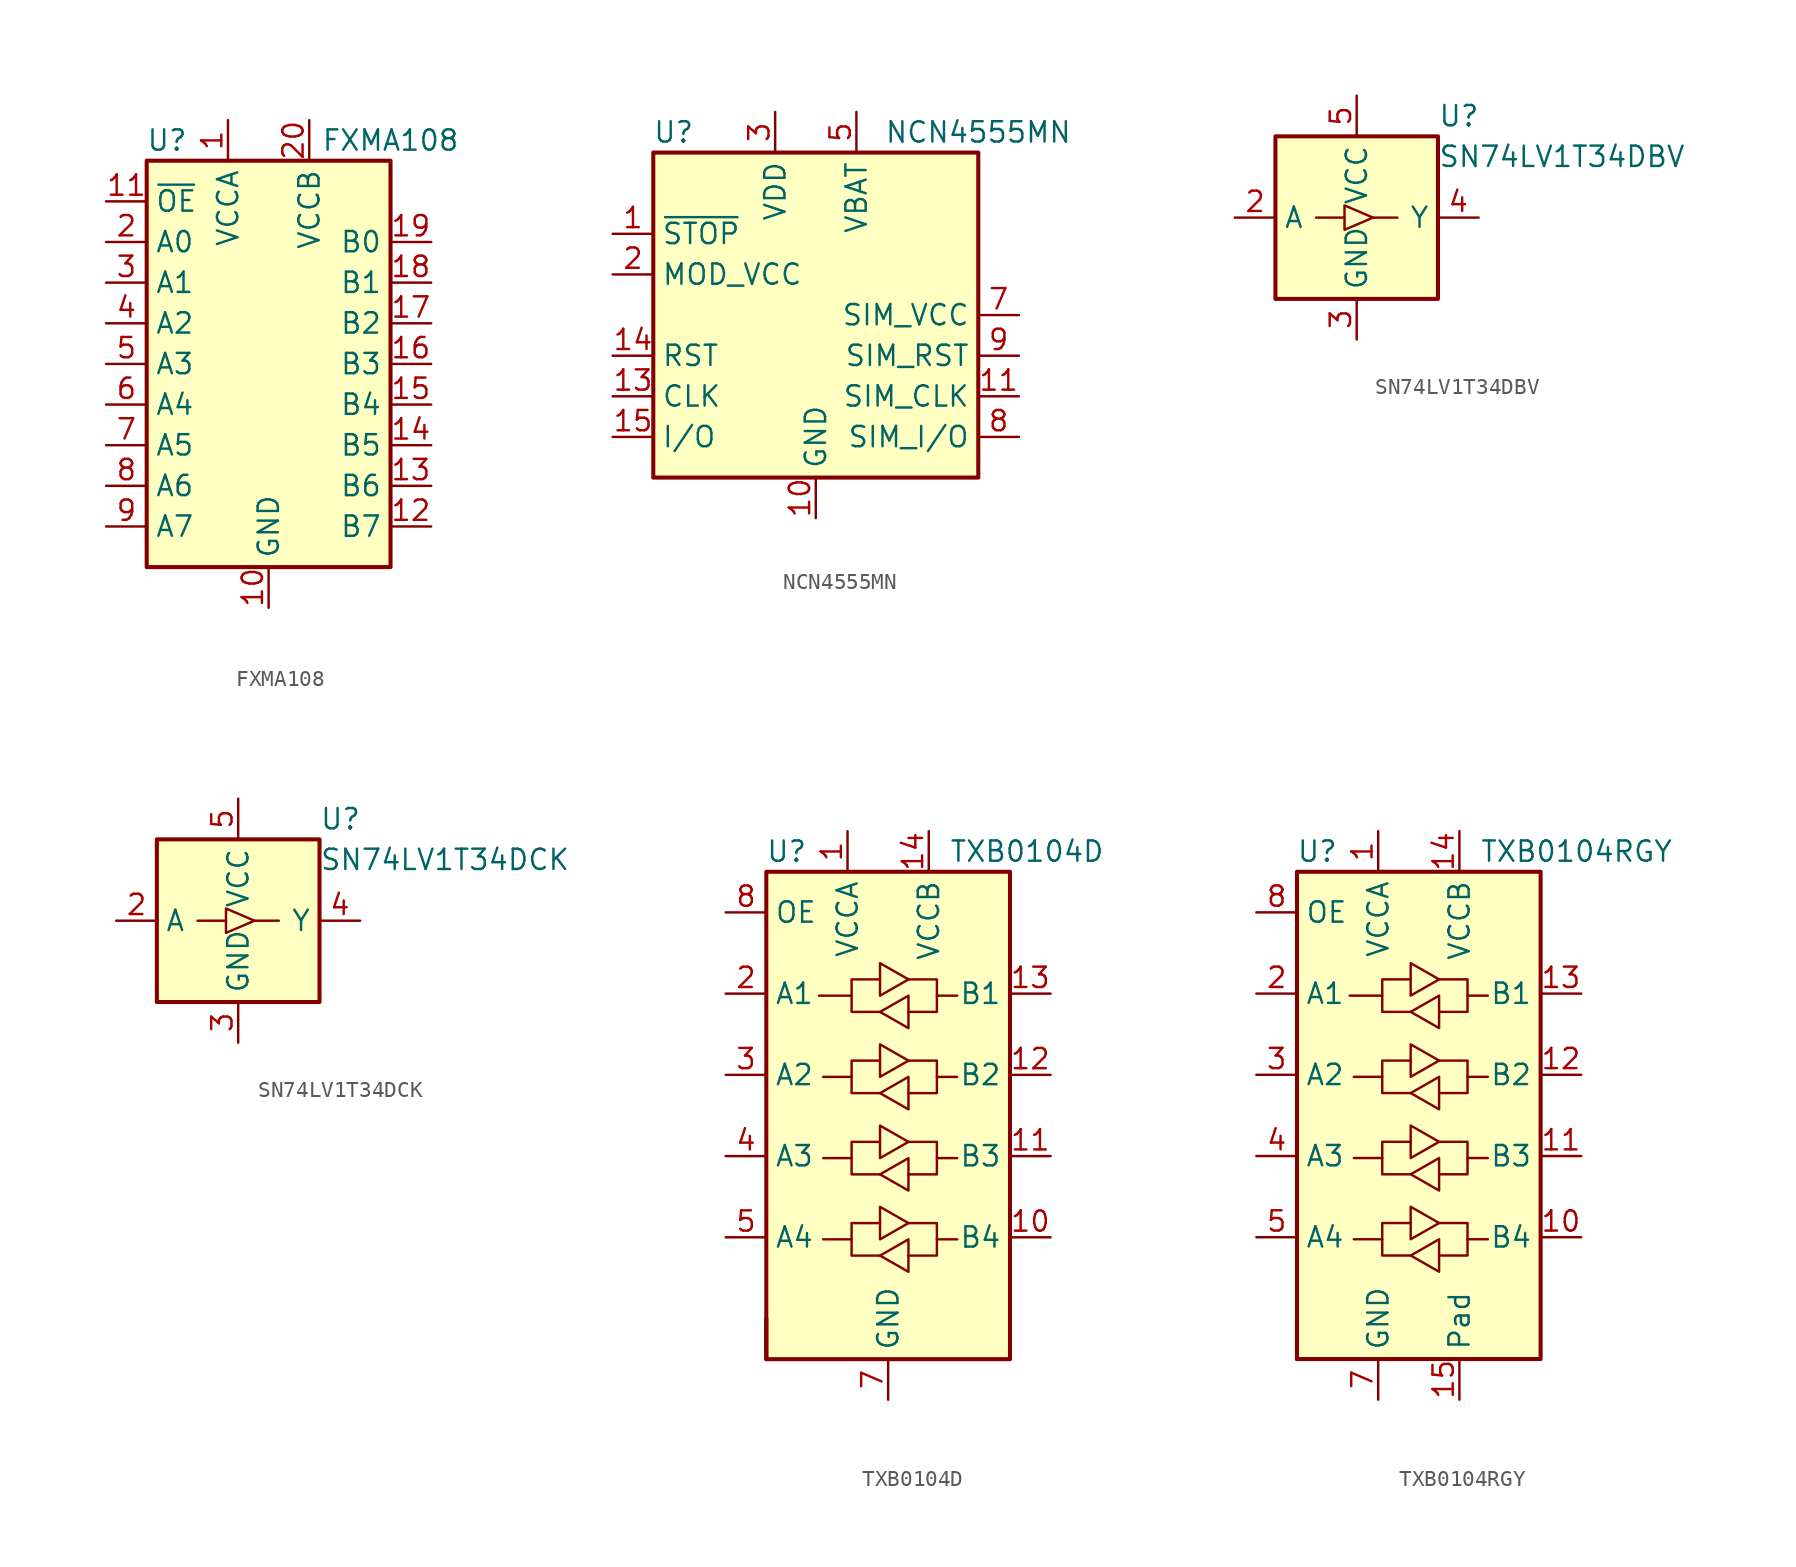
<source format=kicad_sym>
(kicad_symbol_lib
  (version 20200908)
  (generator kicad_symbol_editor)
  (symbol "Logic_LevelTranslator:FXMA108"
    (property "Reference" "U"
      (at -6.35 13.97 0)
      (effects (font (size 1.27 1.27))))
    (property "Value" "FXMA108"
      (at 7.62 13.97 0)
      (effects (font (size 1.27 1.27))))
    (symbol "FXMA108_1_1"
      (rectangle (start -7.62 12.7) (end 7.62 -12.7) (stroke (width 0.254)) (fill (type background)))
      (pin power_in line (at -2.54 15.24 270) (length 2.54) (name "VCCA" (effects (font (size 1.27 1.27)))) (number "1" (effects (font (size 1.27 1.27)))))
      (pin power_in line (at 0 -15.24 90) (length 2.54) (name "GND" (effects (font (size 1.27 1.27)))) (number "10" (effects (font (size 1.27 1.27)))))
      (pin input line (at -10.16 10.16 0) (length 2.54) (name "~OE" (effects (font (size 1.27 1.27)))) (number "11" (effects (font (size 1.27 1.27)))))
      (pin bidirectional line (at 10.16 -10.16 180) (length 2.54) (name "B7" (effects (font (size 1.27 1.27)))) (number "12" (effects (font (size 1.27 1.27)))))
      (pin bidirectional line (at 10.16 -7.62 180) (length 2.54) (name "B6" (effects (font (size 1.27 1.27)))) (number "13" (effects (font (size 1.27 1.27)))))
      (pin bidirectional line (at 10.16 -5.08 180) (length 2.54) (name "B5" (effects (font (size 1.27 1.27)))) (number "14" (effects (font (size 1.27 1.27)))))
      (pin bidirectional line (at 10.16 -2.54 180) (length 2.54) (name "B4" (effects (font (size 1.27 1.27)))) (number "15" (effects (font (size 1.27 1.27)))))
      (pin bidirectional line (at 10.16 0 180) (length 2.54) (name "B3" (effects (font (size 1.27 1.27)))) (number "16" (effects (font (size 1.27 1.27)))))
      (pin bidirectional line (at 10.16 2.54 180) (length 2.54) (name "B2" (effects (font (size 1.27 1.27)))) (number "17" (effects (font (size 1.27 1.27)))))
      (pin bidirectional line (at 10.16 5.08 180) (length 2.54) (name "B1" (effects (font (size 1.27 1.27)))) (number "18" (effects (font (size 1.27 1.27)))))
      (pin bidirectional line (at 10.16 7.62 180) (length 2.54) (name "B0" (effects (font (size 1.27 1.27)))) (number "19" (effects (font (size 1.27 1.27)))))
      (pin bidirectional line (at -10.16 7.62 0) (length 2.54) (name "A0" (effects (font (size 1.27 1.27)))) (number "2" (effects (font (size 1.27 1.27)))))
      (pin power_in line (at 2.54 15.24 270) (length 2.54) (name "VCCB" (effects (font (size 1.27 1.27)))) (number "20" (effects (font (size 1.27 1.27)))))
      (pin unconnected line (at 2.54 -12.7 90) (length 2.54) hide (name "NC" (effects (font (size 1.27 1.27)))) (number "21" (effects (font (size 1.27 1.27)))))
      (pin bidirectional line (at -10.16 5.08 0) (length 2.54) (name "A1" (effects (font (size 1.27 1.27)))) (number "3" (effects (font (size 1.27 1.27)))))
      (pin bidirectional line (at -10.16 2.54 0) (length 2.54) (name "A2" (effects (font (size 1.27 1.27)))) (number "4" (effects (font (size 1.27 1.27)))))
      (pin bidirectional line (at -10.16 0 0) (length 2.54) (name "A3" (effects (font (size 1.27 1.27)))) (number "5" (effects (font (size 1.27 1.27)))))
      (pin bidirectional line (at -10.16 -2.54 0) (length 2.54) (name "A4" (effects (font (size 1.27 1.27)))) (number "6" (effects (font (size 1.27 1.27)))))
      (pin bidirectional line (at -10.16 -5.08 0) (length 2.54) (name "A5" (effects (font (size 1.27 1.27)))) (number "7" (effects (font (size 1.27 1.27)))))
      (pin bidirectional line (at -10.16 -7.62 0) (length 2.54) (name "A6" (effects (font (size 1.27 1.27)))) (number "8" (effects (font (size 1.27 1.27)))))
      (pin bidirectional line (at -10.16 -10.16 0) (length 2.54) (name "A7" (effects (font (size 1.27 1.27)))) (number "9" (effects (font (size 1.27 1.27)))))))
  (symbol "Logic_LevelTranslator:NCN4555MN"
    (property "Reference" "U"
      (at -8.89 11.43 0)
      (effects (font (size 1.27 1.27))))
    (property "Value" "NCN4555MN"
      (at 10.16 11.43 0)
      (effects (font (size 1.27 1.27))))
    (symbol "NCN4555MN_0_1"
      (rectangle (start -10.16 10.16) (end 10.16 -10.16) (stroke (width 0.254)) (fill (type background))))
    (symbol "NCN4555MN_1_1"
      (pin input line (at -12.7 5.08 0) (length 2.54) (name "~STOP" (effects (font (size 1.27 1.27)))) (number "1" (effects (font (size 1.27 1.27)))))
      (pin power_in line (at 0 -12.7 90) (length 2.54) (name "GND" (effects (font (size 1.27 1.27)))) (number "10" (effects (font (size 1.27 1.27)))))
      (pin output line (at 12.7 -5.08 180) (length 2.54) (name "SIM_CLK" (effects (font (size 1.27 1.27)))) (number "11" (effects (font (size 1.27 1.27)))))
      (pin unconnected line (at 10.16 5.08 180) (length 2.54) hide (name "NC" (effects (font (size 1.27 1.27)))) (number "12" (effects (font (size 1.27 1.27)))))
      (pin input line (at -12.7 -5.08 0) (length 2.54) (name "CLK" (effects (font (size 1.27 1.27)))) (number "13" (effects (font (size 1.27 1.27)))))
      (pin input line (at -12.7 -2.54 0) (length 2.54) (name "RST" (effects (font (size 1.27 1.27)))) (number "14" (effects (font (size 1.27 1.27)))))
      (pin bidirectional line (at -12.7 -7.62 0) (length 2.54) (name "I/O" (effects (font (size 1.27 1.27)))) (number "15" (effects (font (size 1.27 1.27)))))
      (pin unconnected line (at 10.16 2.54 180) (length 2.54) hide (name "NC" (effects (font (size 1.27 1.27)))) (number "16" (effects (font (size 1.27 1.27)))))
      (pin passive line (at 0 -12.7 90) (length 2.54) hide (name "GND" (effects (font (size 1.27 1.27)))) (number "17" (effects (font (size 1.27 1.27)))))
      (pin input line (at -12.7 2.54 0) (length 2.54) (name "MOD_VCC" (effects (font (size 1.27 1.27)))) (number "2" (effects (font (size 1.27 1.27)))))
      (pin power_in line (at -2.54 12.7 270) (length 2.54) (name "VDD" (effects (font (size 1.27 1.27)))) (number "3" (effects (font (size 1.27 1.27)))))
      (pin unconnected line (at -10.16 7.62 0) (length 2.54) hide (name "NC" (effects (font (size 1.27 1.27)))) (number "4" (effects (font (size 1.27 1.27)))))
      (pin power_in line (at 2.54 12.7 270) (length 2.54) (name "VBAT" (effects (font (size 1.27 1.27)))) (number "5" (effects (font (size 1.27 1.27)))))
      (pin unconnected line (at 10.16 7.62 180) (length 2.54) hide (name "NC" (effects (font (size 1.27 1.27)))) (number "6" (effects (font (size 1.27 1.27)))))
      (pin power_out line (at 12.7 0 180) (length 2.54) (name "SIM_VCC" (effects (font (size 1.27 1.27)))) (number "7" (effects (font (size 1.27 1.27)))))
      (pin bidirectional line (at 12.7 -7.62 180) (length 2.54) (name "SIM_I/O" (effects (font (size 1.27 1.27)))) (number "8" (effects (font (size 1.27 1.27)))))
      (pin output line (at 12.7 -2.54 180) (length 2.54) (name "SIM_RST" (effects (font (size 1.27 1.27)))) (number "9" (effects (font (size 1.27 1.27)))))))
  (symbol "Logic_LevelTranslator:SN74LV1T34DBV"
    (property "Reference" "U"
      (at 5.08 6.35 0)
      (effects (font (size 1.27 1.27)) (justify left)))
    (property "Value" "SN74LV1T34DBV"
      (at 5.08 3.81 0)
      (effects (font (size 1.27 1.27)) (justify left)))
    (symbol "SN74LV1T34DBV_0_1"
      (rectangle (start -5.08 5.08) (end 5.08 -5.08) (stroke (width 0.254)) (fill (type background)))
      (polyline (pts (xy -0.762 0) (xy -2.54 0)) (stroke (width 0)) (fill (type none)))
      (polyline (pts (xy 1.016 0) (xy 2.54 0)) (stroke (width 0)) (fill (type none))))
    (symbol "SN74LV1T34DBV_1_1"
      (polyline (pts (xy -0.762 -0.762) (xy -0.762 0.762) (xy 1.016 0) (xy -0.762 -0.762)) (stroke (width 0)) (fill (type none)))
      (pin unconnected line (at -5.08 2.54 0) (length 2.54) hide (name "NC" (effects (font (size 1.27 1.27)))) (number "1" (effects (font (size 1.27 1.27)))))
      (pin input line (at -7.62 0 0) (length 2.54) (name "A" (effects (font (size 1.27 1.27)))) (number "2" (effects (font (size 1.27 1.27)))))
      (pin power_in line (at 0 -7.62 90) (length 2.54) (name "GND" (effects (font (size 1.27 1.27)))) (number "3" (effects (font (size 1.27 1.27)))))
      (pin output line (at 7.62 0 180) (length 2.54) (name "Y" (effects (font (size 1.27 1.27)))) (number "4" (effects (font (size 1.27 1.27)))))
      (pin power_in line (at 0 7.62 270) (length 2.54) (name "VCC" (effects (font (size 1.27 1.27)))) (number "5" (effects (font (size 1.27 1.27)))))))
  (symbol "Logic_LevelTranslator:SN74LV1T34DCK"
    (property "Reference" "U"
      (at 5.08 6.35 0)
      (effects (font (size 1.27 1.27)) (justify left)))
    (property "Value" "SN74LV1T34DCK"
      (at 5.08 3.81 0)
      (effects (font (size 1.27 1.27)) (justify left)))
    (symbol "SN74LV1T34DCK_0_1"
      (rectangle (start -5.08 5.08) (end 5.08 -5.08) (stroke (width 0.254)) (fill (type background)))
      (polyline (pts (xy -0.762 0) (xy -2.54 0)) (stroke (width 0)) (fill (type none)))
      (polyline (pts (xy 1.016 0) (xy 2.54 0)) (stroke (width 0)) (fill (type none))))
    (symbol "SN74LV1T34DCK_1_1"
      (polyline (pts (xy -0.762 -0.762) (xy -0.762 0.762) (xy 1.016 0) (xy -0.762 -0.762)) (stroke (width 0)) (fill (type none)))
      (pin unconnected line (at -5.08 2.54 0) (length 2.54) hide (name "NC" (effects (font (size 1.27 1.27)))) (number "1" (effects (font (size 1.27 1.27)))))
      (pin input line (at -7.62 0 0) (length 2.54) (name "A" (effects (font (size 1.27 1.27)))) (number "2" (effects (font (size 1.27 1.27)))))
      (pin power_in line (at 0 -7.62 90) (length 2.54) (name "GND" (effects (font (size 1.27 1.27)))) (number "3" (effects (font (size 1.27 1.27)))))
      (pin output line (at 7.62 0 180) (length 2.54) (name "Y" (effects (font (size 1.27 1.27)))) (number "4" (effects (font (size 1.27 1.27)))))
      (pin power_in line (at 0 7.62 270) (length 2.54) (name "VCC" (effects (font (size 1.27 1.27)))) (number "5" (effects (font (size 1.27 1.27)))))))
  (symbol "Logic_LevelTranslator:TXB0104D"
    (property "Reference" "U"
      (at -6.35 16.51 0)
      (effects (font (size 1.27 1.27))))
    (property "Value" "TXB0104D"
      (at 3.81 16.51 0)
      (effects (font (size 1.27 1.27)) (justify left)))
    (symbol "TXB0104D_0_1"
      (rectangle (start -7.62 -15.24) (end -7.62 -12.7) (stroke (width 0.254)) (fill (type none)))
      (rectangle (start -7.62 15.24) (end 7.62 -15.24) (stroke (width 0.254)) (fill (type background)))
      (polyline (pts (xy -2.286 -7.747) (xy -2.286 -6.731) (xy -0.508 -6.731)) (stroke (width 0)) (fill (type none)))
      (polyline (pts (xy -2.286 -2.667) (xy -2.286 -1.651) (xy -0.508 -1.651)) (stroke (width 0)) (fill (type none)))
      (polyline (pts (xy -2.286 2.413) (xy -2.286 3.429) (xy -0.508 3.429)) (stroke (width 0)) (fill (type none)))
      (polyline (pts (xy -2.286 7.493) (xy -2.286 8.509) (xy -0.508 8.509)) (stroke (width 0)) (fill (type none)))
      (polyline (pts (xy 3.048 -7.747) (xy 3.048 -8.763) (xy 1.27 -8.763)) (stroke (width 0)) (fill (type none)))
      (polyline (pts (xy 3.048 -2.667) (xy 3.048 -3.683) (xy 1.27 -3.683)) (stroke (width 0)) (fill (type none)))
      (polyline (pts (xy 3.048 2.413) (xy 3.048 1.397) (xy 1.27 1.397)) (stroke (width 0)) (fill (type none)))
      (polyline (pts (xy 3.048 7.493) (xy 3.048 6.477) (xy 1.27 6.477)) (stroke (width 0)) (fill (type none)))
      (polyline (pts (xy -0.508 -8.763) (xy -2.286 -8.763) (xy -2.286 -7.747) (xy -4.064 -7.747)) (stroke (width 0)) (fill (type none)))
      (polyline (pts (xy -0.508 -8.763) (xy 1.27 -7.747) (xy 1.27 -9.779) (xy -0.508 -8.763)) (stroke (width 0)) (fill (type none)))
      (polyline (pts (xy -0.508 -3.683) (xy -2.286 -3.683) (xy -2.286 -2.667) (xy -4.064 -2.667)) (stroke (width 0)) (fill (type none)))
      (polyline (pts (xy -0.508 -3.683) (xy 1.27 -2.667) (xy 1.27 -4.699) (xy -0.508 -3.683)) (stroke (width 0)) (fill (type none)))
      (polyline (pts (xy -0.508 1.397) (xy -2.286 1.397) (xy -2.286 2.413) (xy -4.064 2.413)) (stroke (width 0)) (fill (type none)))
      (polyline (pts (xy -0.508 1.397) (xy 1.27 2.413) (xy 1.27 0.381) (xy -0.508 1.397)) (stroke (width 0)) (fill (type none)))
      (polyline (pts (xy -0.508 6.477) (xy -2.286 6.477) (xy -2.286 7.493) (xy -4.318 7.493)) (stroke (width 0)) (fill (type none)))
      (polyline (pts (xy -0.508 6.477) (xy 1.27 7.493) (xy 1.27 5.461) (xy -0.508 6.477)) (stroke (width 0)) (fill (type none)))
      (polyline (pts (xy 1.27 -6.731) (xy -0.508 -7.747) (xy -0.508 -5.715) (xy 1.27 -6.731)) (stroke (width 0)) (fill (type none)))
      (polyline (pts (xy 1.27 -6.731) (xy 3.048 -6.731) (xy 3.048 -7.747) (xy 4.318 -7.747)) (stroke (width 0)) (fill (type none)))
      (polyline (pts (xy 1.27 -1.651) (xy -0.508 -2.667) (xy -0.508 -0.635) (xy 1.27 -1.651)) (stroke (width 0)) (fill (type none)))
      (polyline (pts (xy 1.27 -1.651) (xy 3.048 -1.651) (xy 3.048 -2.667) (xy 4.318 -2.667)) (stroke (width 0)) (fill (type none)))
      (polyline (pts (xy 1.27 3.429) (xy -0.508 2.413) (xy -0.508 4.445) (xy 1.27 3.429)) (stroke (width 0)) (fill (type none)))
      (polyline (pts (xy 1.27 3.429) (xy 3.048 3.429) (xy 3.048 2.413) (xy 4.318 2.413)) (stroke (width 0)) (fill (type none)))
      (polyline (pts (xy 1.27 8.509) (xy -0.508 7.493) (xy -0.508 9.525) (xy 1.27 8.509)) (stroke (width 0)) (fill (type none)))
      (polyline (pts (xy 1.27 8.509) (xy 3.048 8.509) (xy 3.048 7.493) (xy 4.318 7.493)) (stroke (width 0)) (fill (type none))))
    (symbol "TXB0104D_1_1"
      (pin power_in line (at -2.54 17.78 270) (length 2.54) (name "VCCA" (effects (font (size 1.27 1.27)))) (number "1" (effects (font (size 1.27 1.27)))))
      (pin bidirectional line (at 10.16 -7.62 180) (length 2.54) (name "B4" (effects (font (size 1.27 1.27)))) (number "10" (effects (font (size 1.27 1.27)))))
      (pin bidirectional line (at 10.16 -2.54 180) (length 2.54) (name "B3" (effects (font (size 1.27 1.27)))) (number "11" (effects (font (size 1.27 1.27)))))
      (pin bidirectional line (at 10.16 2.54 180) (length 2.54) (name "B2" (effects (font (size 1.27 1.27)))) (number "12" (effects (font (size 1.27 1.27)))))
      (pin bidirectional line (at 10.16 7.62 180) (length 2.54) (name "B1" (effects (font (size 1.27 1.27)))) (number "13" (effects (font (size 1.27 1.27)))))
      (pin power_in line (at 2.54 17.78 270) (length 2.54) (name "VCCB" (effects (font (size 1.27 1.27)))) (number "14" (effects (font (size 1.27 1.27)))))
      (pin bidirectional line (at -10.16 7.62 0) (length 2.54) (name "A1" (effects (font (size 1.27 1.27)))) (number "2" (effects (font (size 1.27 1.27)))))
      (pin bidirectional line (at -10.16 2.54 0) (length 2.54) (name "A2" (effects (font (size 1.27 1.27)))) (number "3" (effects (font (size 1.27 1.27)))))
      (pin bidirectional line (at -10.16 -2.54 0) (length 2.54) (name "A3" (effects (font (size 1.27 1.27)))) (number "4" (effects (font (size 1.27 1.27)))))
      (pin bidirectional line (at -10.16 -7.62 0) (length 2.54) (name "A4" (effects (font (size 1.27 1.27)))) (number "5" (effects (font (size 1.27 1.27)))))
      (pin unconnected line (at -10.16 -12.7 0) (length 2.54) hide (name "NC" (effects (font (size 1.27 1.27)))) (number "6" (effects (font (size 1.27 1.27)))))
      (pin power_in line (at 0 -17.78 90) (length 2.54) (name "GND" (effects (font (size 1.27 1.27)))) (number "7" (effects (font (size 1.27 1.27)))))
      (pin input line (at -10.16 12.7 0) (length 2.54) (name "OE" (effects (font (size 1.27 1.27)))) (number "8" (effects (font (size 1.27 1.27)))))
      (pin unconnected line (at 10.16 -12.7 180) (length 2.54) hide (name "NC" (effects (font (size 1.27 1.27)))) (number "9" (effects (font (size 1.27 1.27)))))))
  (symbol "Logic_LevelTranslator:TXB0104RGY"
    (property "Reference" "U"
      (at -6.35 16.51 0)
      (effects (font (size 1.27 1.27))))
    (property "Value" "TXB0104RGY"
      (at 3.81 16.51 0)
      (effects (font (size 1.27 1.27)) (justify left)))
    (symbol "TXB0104RGY_0_1"
      (rectangle (start -7.62 -15.24) (end -7.62 -12.7) (stroke (width 0.254)) (fill (type none)))
      (rectangle (start -7.62 15.24) (end 7.62 -15.24) (stroke (width 0.254)) (fill (type background)))
      (polyline (pts (xy -2.286 -7.747) (xy -2.286 -6.731) (xy -0.508 -6.731)) (stroke (width 0)) (fill (type none)))
      (polyline (pts (xy -2.286 -2.667) (xy -2.286 -1.651) (xy -0.508 -1.651)) (stroke (width 0)) (fill (type none)))
      (polyline (pts (xy -2.286 2.413) (xy -2.286 3.429) (xy -0.508 3.429)) (stroke (width 0)) (fill (type none)))
      (polyline (pts (xy -2.286 7.493) (xy -2.286 8.509) (xy -0.508 8.509)) (stroke (width 0)) (fill (type none)))
      (polyline (pts (xy 3.048 -7.747) (xy 3.048 -8.763) (xy 1.27 -8.763)) (stroke (width 0)) (fill (type none)))
      (polyline (pts (xy 3.048 -2.667) (xy 3.048 -3.683) (xy 1.27 -3.683)) (stroke (width 0)) (fill (type none)))
      (polyline (pts (xy 3.048 2.413) (xy 3.048 1.397) (xy 1.27 1.397)) (stroke (width 0)) (fill (type none)))
      (polyline (pts (xy 3.048 7.493) (xy 3.048 6.477) (xy 1.27 6.477)) (stroke (width 0)) (fill (type none)))
      (polyline (pts (xy -0.508 -8.763) (xy -2.286 -8.763) (xy -2.286 -7.747) (xy -4.064 -7.747)) (stroke (width 0)) (fill (type none)))
      (polyline (pts (xy -0.508 -8.763) (xy 1.27 -7.747) (xy 1.27 -9.779) (xy -0.508 -8.763)) (stroke (width 0)) (fill (type none)))
      (polyline (pts (xy -0.508 -3.683) (xy -2.286 -3.683) (xy -2.286 -2.667) (xy -4.064 -2.667)) (stroke (width 0)) (fill (type none)))
      (polyline (pts (xy -0.508 -3.683) (xy 1.27 -2.667) (xy 1.27 -4.699) (xy -0.508 -3.683)) (stroke (width 0)) (fill (type none)))
      (polyline (pts (xy -0.508 1.397) (xy -2.286 1.397) (xy -2.286 2.413) (xy -4.064 2.413)) (stroke (width 0)) (fill (type none)))
      (polyline (pts (xy -0.508 1.397) (xy 1.27 2.413) (xy 1.27 0.381) (xy -0.508 1.397)) (stroke (width 0)) (fill (type none)))
      (polyline (pts (xy -0.508 6.477) (xy -2.286 6.477) (xy -2.286 7.493) (xy -4.318 7.493)) (stroke (width 0)) (fill (type none)))
      (polyline (pts (xy -0.508 6.477) (xy 1.27 7.493) (xy 1.27 5.461) (xy -0.508 6.477)) (stroke (width 0)) (fill (type none)))
      (polyline (pts (xy 1.27 -6.731) (xy -0.508 -7.747) (xy -0.508 -5.715) (xy 1.27 -6.731)) (stroke (width 0)) (fill (type none)))
      (polyline (pts (xy 1.27 -6.731) (xy 3.048 -6.731) (xy 3.048 -7.747) (xy 4.318 -7.747)) (stroke (width 0)) (fill (type none)))
      (polyline (pts (xy 1.27 -1.651) (xy -0.508 -2.667) (xy -0.508 -0.635) (xy 1.27 -1.651)) (stroke (width 0)) (fill (type none)))
      (polyline (pts (xy 1.27 -1.651) (xy 3.048 -1.651) (xy 3.048 -2.667) (xy 4.318 -2.667)) (stroke (width 0)) (fill (type none)))
      (polyline (pts (xy 1.27 3.429) (xy -0.508 2.413) (xy -0.508 4.445) (xy 1.27 3.429)) (stroke (width 0)) (fill (type none)))
      (polyline (pts (xy 1.27 3.429) (xy 3.048 3.429) (xy 3.048 2.413) (xy 4.318 2.413)) (stroke (width 0)) (fill (type none)))
      (polyline (pts (xy 1.27 8.509) (xy -0.508 7.493) (xy -0.508 9.525) (xy 1.27 8.509)) (stroke (width 0)) (fill (type none)))
      (polyline (pts (xy 1.27 8.509) (xy 3.048 8.509) (xy 3.048 7.493) (xy 4.318 7.493)) (stroke (width 0)) (fill (type none))))
    (symbol "TXB0104RGY_1_1"
      (pin power_in line (at -2.54 17.78 270) (length 2.54) (name "VCCA" (effects (font (size 1.27 1.27)))) (number "1" (effects (font (size 1.27 1.27)))))
      (pin bidirectional line (at 10.16 -7.62 180) (length 2.54) (name "B4" (effects (font (size 1.27 1.27)))) (number "10" (effects (font (size 1.27 1.27)))))
      (pin bidirectional line (at 10.16 -2.54 180) (length 2.54) (name "B3" (effects (font (size 1.27 1.27)))) (number "11" (effects (font (size 1.27 1.27)))))
      (pin bidirectional line (at 10.16 2.54 180) (length 2.54) (name "B2" (effects (font (size 1.27 1.27)))) (number "12" (effects (font (size 1.27 1.27)))))
      (pin bidirectional line (at 10.16 7.62 180) (length 2.54) (name "B1" (effects (font (size 1.27 1.27)))) (number "13" (effects (font (size 1.27 1.27)))))
      (pin power_in line (at 2.54 17.78 270) (length 2.54) (name "VCCB" (effects (font (size 1.27 1.27)))) (number "14" (effects (font (size 1.27 1.27)))))
      (pin input line (at 2.54 -17.78 90) (length 2.54) (name "Pad" (effects (font (size 1.27 1.27)))) (number "15" (effects (font (size 1.27 1.27)))))
      (pin bidirectional line (at -10.16 7.62 0) (length 2.54) (name "A1" (effects (font (size 1.27 1.27)))) (number "2" (effects (font (size 1.27 1.27)))))
      (pin bidirectional line (at -10.16 2.54 0) (length 2.54) (name "A2" (effects (font (size 1.27 1.27)))) (number "3" (effects (font (size 1.27 1.27)))))
      (pin bidirectional line (at -10.16 -2.54 0) (length 2.54) (name "A3" (effects (font (size 1.27 1.27)))) (number "4" (effects (font (size 1.27 1.27)))))
      (pin bidirectional line (at -10.16 -7.62 0) (length 2.54) (name "A4" (effects (font (size 1.27 1.27)))) (number "5" (effects (font (size 1.27 1.27)))))
      (pin unconnected line (at -10.16 -12.7 0) (length 2.54) hide (name "NC" (effects (font (size 1.27 1.27)))) (number "6" (effects (font (size 1.27 1.27)))))
      (pin power_in line (at -2.54 -17.78 90) (length 2.54) (name "GND" (effects (font (size 1.27 1.27)))) (number "7" (effects (font (size 1.27 1.27)))))
      (pin input line (at -10.16 12.7 0) (length 2.54) (name "OE" (effects (font (size 1.27 1.27)))) (number "8" (effects (font (size 1.27 1.27)))))
      (pin unconnected line (at 10.16 -12.7 180) (length 2.54) hide (name "NC" (effects (font (size 1.27 1.27)))) (number "9" (effects (font (size 1.27 1.27))))))))
</source>
